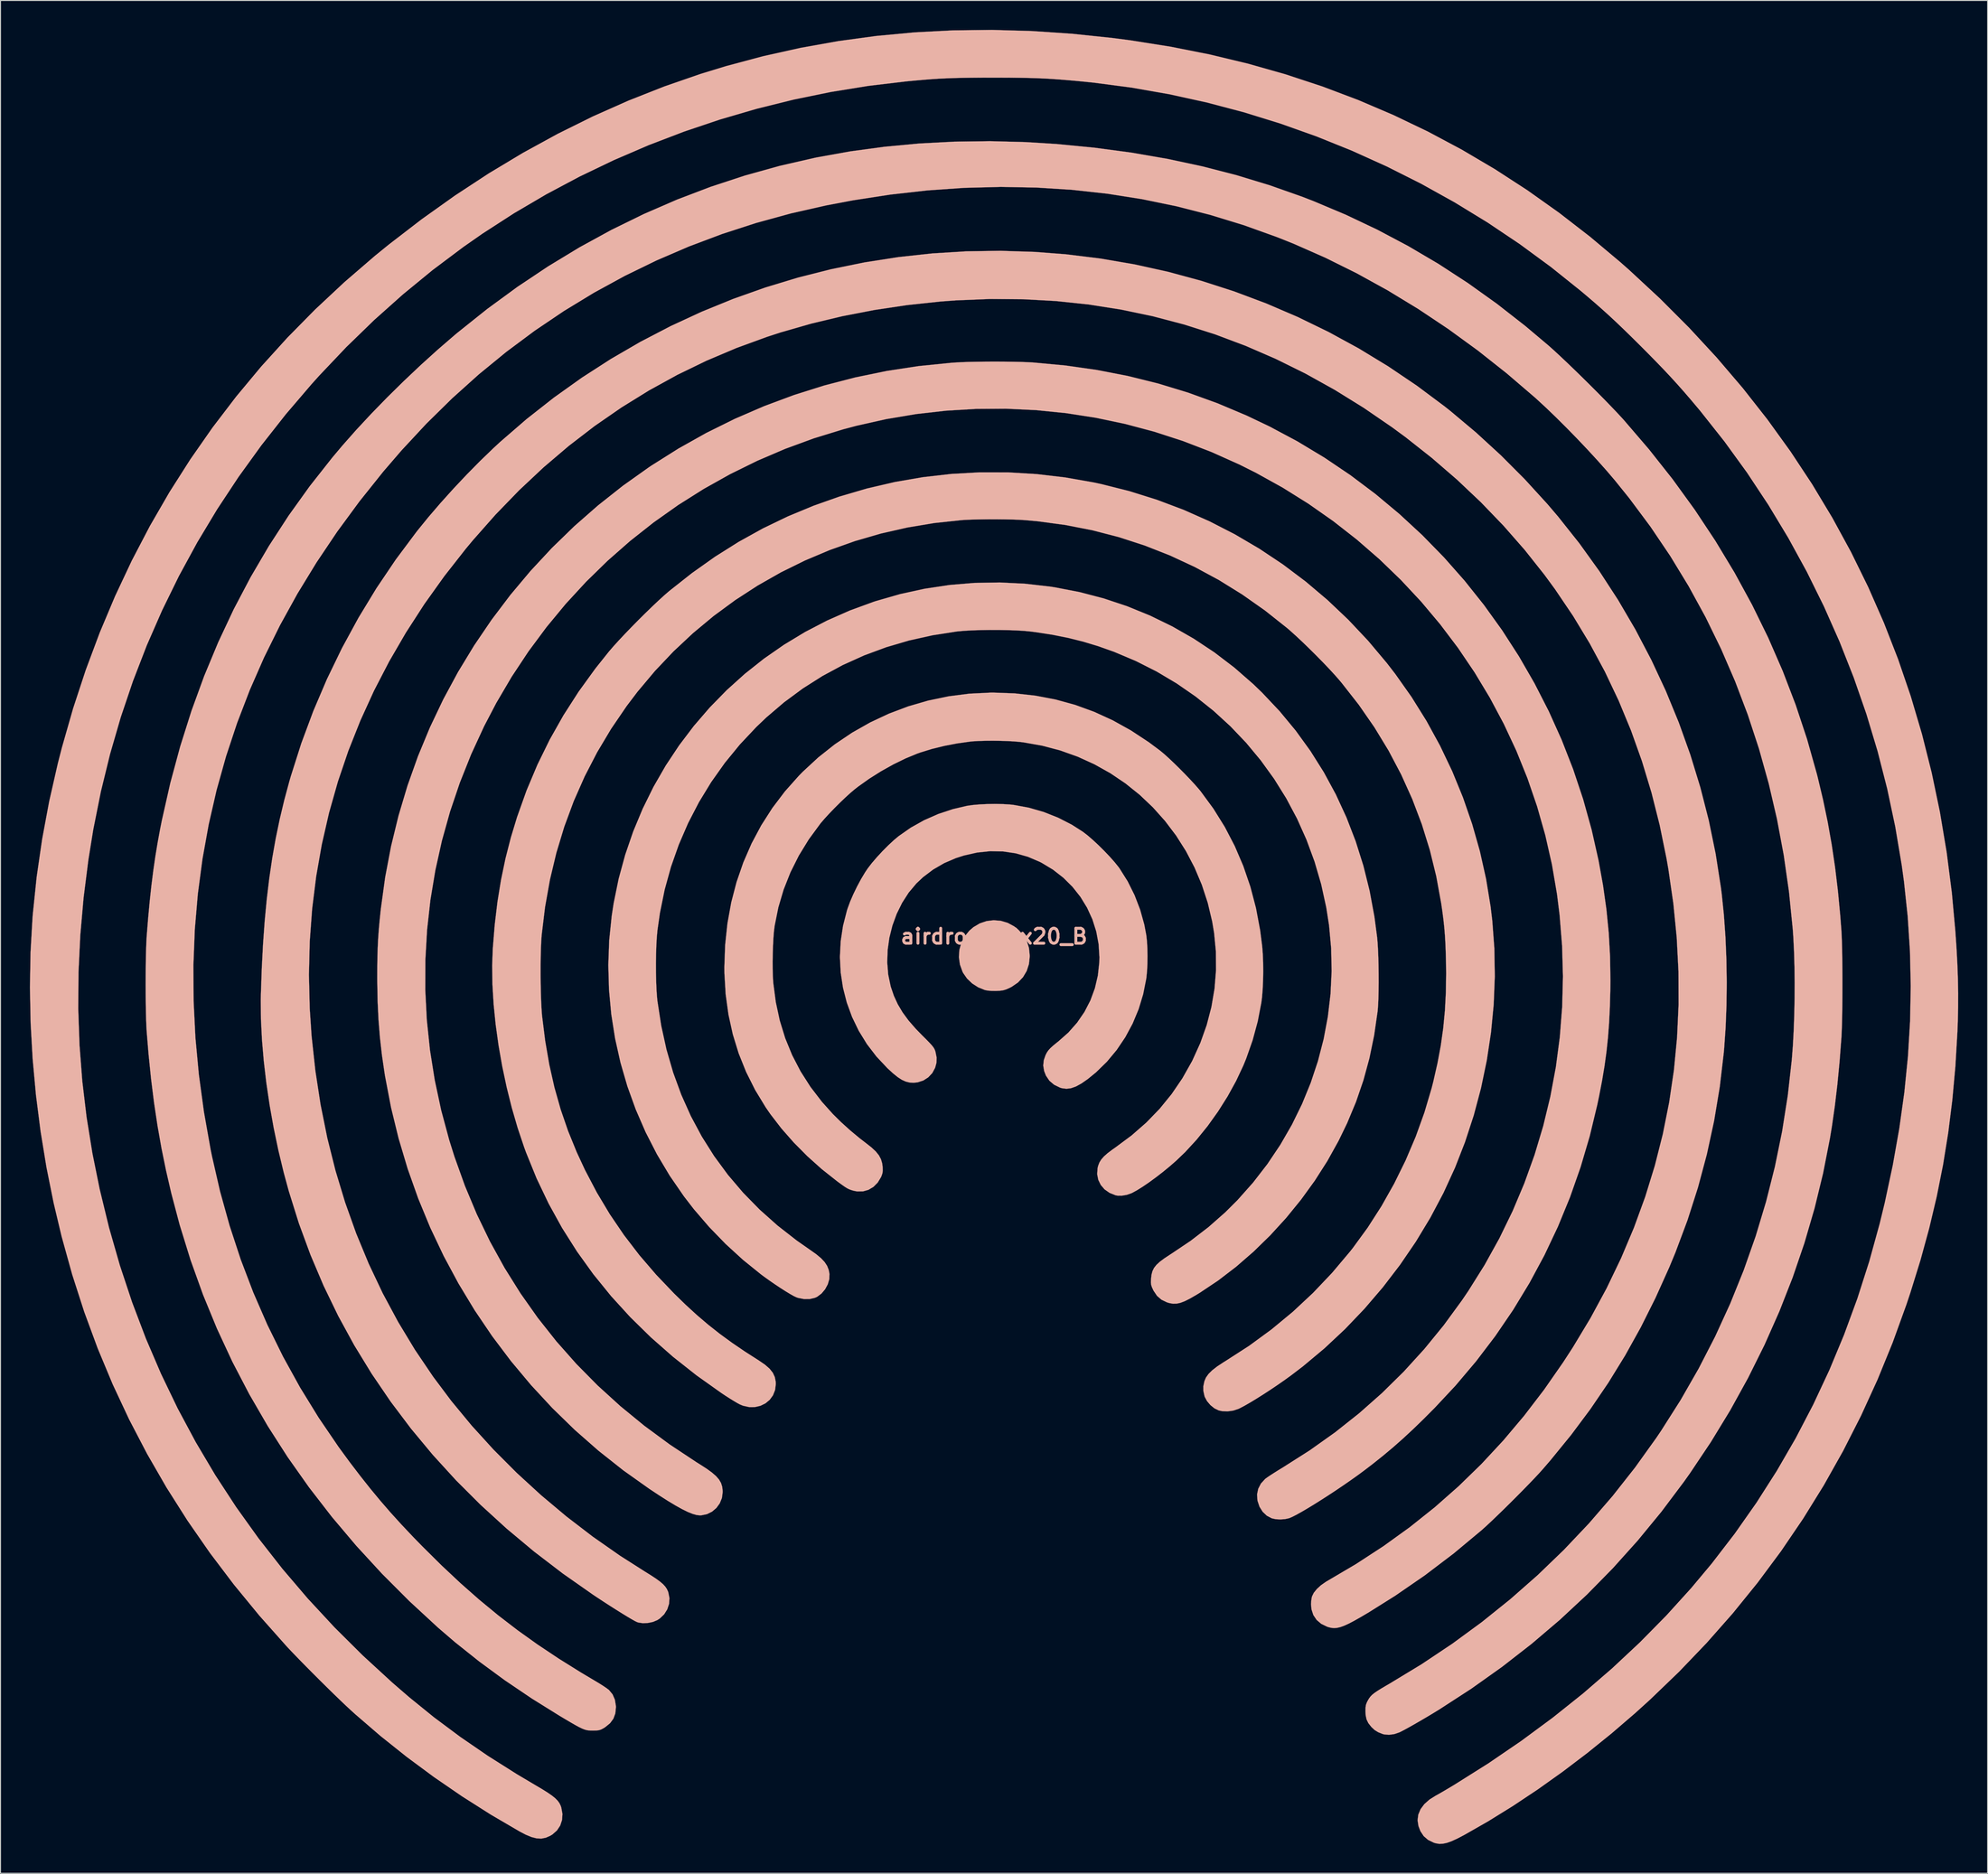
<source format=kicad_pcb>
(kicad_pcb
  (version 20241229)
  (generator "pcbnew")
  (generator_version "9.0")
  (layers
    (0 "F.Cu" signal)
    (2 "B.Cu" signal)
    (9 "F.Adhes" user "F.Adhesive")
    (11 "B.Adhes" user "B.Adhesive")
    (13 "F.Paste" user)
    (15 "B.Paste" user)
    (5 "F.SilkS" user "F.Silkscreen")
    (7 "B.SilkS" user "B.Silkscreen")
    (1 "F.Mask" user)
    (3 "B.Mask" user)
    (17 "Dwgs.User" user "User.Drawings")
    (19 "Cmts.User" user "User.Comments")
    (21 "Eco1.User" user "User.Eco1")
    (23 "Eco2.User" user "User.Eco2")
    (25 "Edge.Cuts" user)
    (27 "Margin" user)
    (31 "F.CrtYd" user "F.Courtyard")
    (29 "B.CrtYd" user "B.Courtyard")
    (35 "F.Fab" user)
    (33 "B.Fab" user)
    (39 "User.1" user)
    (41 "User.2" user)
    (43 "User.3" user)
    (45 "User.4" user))
  (footprint "airdrop_20x20_B"
    (layer "F.Cu")
    (at 98.377 92.545)
    (property "Reference" "airdrop_20x20_B" (at 0 0 0) (layer "B.SilkS") (effects (font (size 1.524 1.524) (thickness 0.3))))
    (attr through_hole)
    (fp_poly (pts (xy 0.691 -1.595) (xy 1.394 -1.386) (xy 2.05 -1.031) (xy 2.496 -0.671) (xy 3.002 -0.104) (xy 3.354 0.504) (xy 3.564 1.178) (xy 3.64 1.943) (xy 3.641 2.034) (xy 3.562 2.813) (xy 3.331 3.525) (xy 2.954 4.158) (xy 2.439 4.702) (xy 1.791 5.147) (xy 1.539 5.275) (xy 1.221 5.412) (xy 0.941 5.495) (xy 0.63 5.54) (xy 0.22 5.561) (xy 0.212 5.561) (xy -0.229 5.558) (xy -0.63 5.527) (xy -0.926 5.473) (xy -0.931 5.472) (xy -1.614 5.196) (xy -2.233 4.796) (xy -2.756 4.297) (xy -3.153 3.724) (xy -3.216 3.602) (xy -3.481 2.862) (xy -3.586 2.109) (xy -3.536 1.365) (xy -3.336 0.652) (xy -2.991 -0.011) (xy -2.507 -0.602) (xy -2.111 -0.943) (xy -1.46 -1.332) (xy -0.76 -1.569) (xy -0.035 -1.656) (xy 0.691 -1.595)) (stroke (width 0.01) (type solid)) (fill yes) (layer "B.SilkS"))
    (fp_poly (pts (xy 0.937 -13.512) (xy 1.64 -13.468) (xy 1.999 -13.429) (xy 3.545 -13.144) (xy 5.068 -12.705) (xy 6.542 -12.121) (xy 7.941 -11.403) (xy 9.059 -10.688) (xy 9.535 -10.323) (xy 10.078 -9.854) (xy 10.659 -9.314) (xy 11.243 -8.735) (xy 11.8 -8.15) (xy 12.296 -7.59) (xy 12.699 -7.089) (xy 12.805 -6.943) (xy 13.632 -5.628) (xy 14.336 -4.215) (xy 14.906 -2.733) (xy 15.33 -1.213) (xy 15.536 -0.121) (xy 15.603 0.49) (xy 15.644 1.215) (xy 15.659 2.002) (xy 15.648 2.797) (xy 15.61 3.547) (xy 15.546 4.2) (xy 15.531 4.307) (xy 15.217 5.89) (xy 14.752 7.421) (xy 14.141 8.889) (xy 13.393 10.281) (xy 12.515 11.585) (xy 11.514 12.788) (xy 10.397 13.878) (xy 9.566 14.555) (xy 8.928 15) (xy 8.365 15.311) (xy 7.856 15.492) (xy 7.384 15.551) (xy 6.928 15.492) (xy 6.729 15.431) (xy 6.126 15.136) (xy 5.648 14.729) (xy 5.296 14.207) (xy 5.11 13.73) (xy 5.02 13.177) (xy 5.079 12.625) (xy 5.253 12.121) (xy 5.38 11.868) (xy 5.535 11.639) (xy 5.744 11.407) (xy 6.033 11.143) (xy 6.428 10.82) (xy 6.568 10.71) (xy 7.589 9.806) (xy 8.476 8.801) (xy 9.226 7.707) (xy 9.832 6.533) (xy 10.29 5.291) (xy 10.594 3.99) (xy 10.74 2.643) (xy 10.752 2.11) (xy 10.67 0.78) (xy 10.428 -0.512) (xy 10.034 -1.754) (xy 9.493 -2.934) (xy 8.815 -4.042) (xy 8.005 -5.066) (xy 7.072 -5.994) (xy 6.021 -6.814) (xy 4.862 -7.515) (xy 4.673 -7.612) (xy 3.455 -8.132) (xy 2.201 -8.488) (xy 0.916 -8.679) (xy -0.395 -8.705) (xy -1.728 -8.566) (xy -3.077 -8.261) (xy -3.895 -7.998) (xy -5.088 -7.486) (xy -6.211 -6.834) (xy -7.237 -6.059) (xy -7.926 -5.41) (xy -8.707 -4.48) (xy -9.378 -3.438) (xy -9.935 -2.308) (xy -10.371 -1.111) (xy -10.681 0.129) (xy -10.859 1.391) (xy -10.901 2.652) (xy -10.8 3.889) (xy -10.55 5.081) (xy -10.529 5.156) (xy -10.219 6.065) (xy -9.824 6.924) (xy -9.33 7.756) (xy -8.721 8.585) (xy -7.981 9.435) (xy -7.358 10.075) (xy -6.933 10.498) (xy -6.613 10.825) (xy -6.38 11.077) (xy -6.218 11.276) (xy -6.108 11.443) (xy -6.034 11.6) (xy -5.979 11.763) (xy -5.859 12.359) (xy -5.878 12.909) (xy -6.013 13.406) (xy -6.3 13.942) (xy -6.711 14.381) (xy -7.217 14.705) (xy -7.794 14.894) (xy -8.214 14.937) (xy -8.621 14.912) (xy -9.009 14.816) (xy -9.404 14.637) (xy -9.827 14.362) (xy -10.303 13.978) (xy -10.855 13.471) (xy -10.889 13.439) (xy -12 12.256) (xy -12.972 10.985) (xy -13.802 9.635) (xy -14.487 8.217) (xy -15.025 6.744) (xy -15.413 5.225) (xy -15.648 3.673) (xy -15.728 2.097) (xy -15.649 0.509) (xy -15.409 -1.08) (xy -15.005 -2.659) (xy -14.941 -2.859) (xy -14.69 -3.543) (xy -14.36 -4.306) (xy -13.977 -5.095) (xy -13.567 -5.858) (xy -13.157 -6.544) (xy -12.891 -6.94) (xy -12.471 -7.486) (xy -11.954 -8.089) (xy -11.379 -8.71) (xy -10.784 -9.308) (xy -10.21 -9.841) (xy -9.746 -10.23) (xy -8.497 -11.104) (xy -7.137 -11.865) (xy -5.692 -12.501) (xy -4.187 -13.001) (xy -2.739 -13.338) (xy -2.144 -13.422) (xy -1.431 -13.482) (xy -0.647 -13.518) (xy 0.159 -13.528) (xy 0.937 -13.512)) (stroke (width 0.01) (type solid)) (fill yes) (layer "B.SilkS"))
    (fp_poly (pts (xy 2.107 -24.814) (xy 4.218 -24.58) (xy 6.27 -24.189) (xy 8.269 -23.639) (xy 10.216 -22.93) (xy 12.117 -22.059) (xy 13.974 -21.025) (xy 15.792 -19.827) (xy 16.948 -18.965) (xy 17.34 -18.639) (xy 17.815 -18.212) (xy 18.346 -17.71) (xy 18.906 -17.16) (xy 19.469 -16.591) (xy 20.008 -16.028) (xy 20.495 -15.499) (xy 20.904 -15.03) (xy 21.079 -14.817) (xy 22.382 -13.042) (xy 23.543 -11.178) (xy 24.558 -9.228) (xy 25.428 -7.195) (xy 26.151 -5.084) (xy 26.725 -2.896) (xy 27.15 -0.635) (xy 27.36 1.016) (xy 27.421 1.798) (xy 27.455 2.674) (xy 27.464 3.597) (xy 27.448 4.524) (xy 27.407 5.409) (xy 27.342 6.206) (xy 27.274 6.75) (xy 26.904 8.672) (xy 26.383 10.594) (xy 25.725 12.47) (xy 25.439 13.168) (xy 24.698 14.747) (xy 23.831 16.322) (xy 22.857 17.865) (xy 21.798 19.347) (xy 20.672 20.739) (xy 19.501 22.013) (xy 18.586 22.891) (xy 17.926 23.467) (xy 17.231 24.037) (xy 16.525 24.584) (xy 15.834 25.09) (xy 15.183 25.535) (xy 14.597 25.902) (xy 14.102 26.173) (xy 14.006 26.218) (xy 13.55 26.376) (xy 13.064 26.459) (xy 12.614 26.461) (xy 12.404 26.423) (xy 11.786 26.176) (xy 11.278 25.819) (xy 10.891 25.369) (xy 10.635 24.845) (xy 10.522 24.266) (xy 10.563 23.651) (xy 10.621 23.415) (xy 10.747 23.084) (xy 10.938 22.772) (xy 11.212 22.459) (xy 11.589 22.124) (xy 12.089 21.747) (xy 12.397 21.531) (xy 14.037 20.312) (xy 15.536 19.001) (xy 16.897 17.595) (xy 18.123 16.089) (xy 19.218 14.481) (xy 20.186 12.765) (xy 20.241 12.658) (xy 21.05 10.873) (xy 21.697 9.053) (xy 22.18 7.203) (xy 22.498 5.33) (xy 22.65 3.44) (xy 22.636 1.541) (xy 22.454 -0.361) (xy 22.26 -1.524) (xy 21.805 -3.435) (xy 21.202 -5.274) (xy 20.459 -7.035) (xy 19.581 -8.713) (xy 18.575 -10.301) (xy 17.448 -11.791) (xy 16.208 -13.179) (xy 14.86 -14.458) (xy 13.412 -15.62) (xy 11.871 -16.661) (xy 10.242 -17.573) (xy 8.534 -18.351) (xy 6.752 -18.987) (xy 4.904 -19.476) (xy 2.996 -19.812) (xy 2.649 -19.855) (xy 2.08 -19.906) (xy 1.399 -19.944) (xy 0.648 -19.968) (xy -0.129 -19.977) (xy -0.888 -19.972) (xy -1.587 -19.952) (xy -2.181 -19.917) (xy -2.413 -19.894) (xy -3.745 -19.708) (xy -5.072 -19.454) (xy -6.344 -19.141) (xy -7.513 -18.781) (xy -7.832 -18.668) (xy -9.028 -18.174) (xy -10.274 -17.565) (xy -11.526 -16.866) (xy -12.737 -16.102) (xy -13.865 -15.299) (xy -14.224 -15.019) (xy -14.662 -14.648) (xy -15.174 -14.182) (xy -15.727 -13.652) (xy -16.288 -13.092) (xy -16.824 -12.536) (xy -17.3 -12.017) (xy -17.684 -11.569) (xy -17.727 -11.515) (xy -18.901 -9.914) (xy -19.918 -8.256) (xy -20.775 -6.544) (xy -21.473 -4.78) (xy -22.009 -2.967) (xy -22.383 -1.107) (xy -22.403 -0.974) (xy -22.465 -0.449) (xy -22.515 0.205) (xy -22.553 0.95) (xy -22.578 1.745) (xy -22.59 2.551) (xy -22.587 3.329) (xy -22.569 4.04) (xy -22.535 4.643) (xy -22.526 4.745) (xy -22.27 6.705) (xy -21.865 8.585) (xy -21.31 10.388) (xy -20.602 12.117) (xy -19.742 13.775) (xy -18.727 15.365) (xy -17.557 16.889) (xy -16.441 18.134) (xy -15.605 18.96) (xy -14.676 19.799) (xy -13.718 20.596) (xy -13.084 21.084) (xy -12.507 21.538) (xy -12.069 21.948) (xy -11.752 22.34) (xy -11.539 22.738) (xy -11.413 23.165) (xy -11.364 23.549) (xy -11.353 23.903) (xy -11.388 24.177) (xy -11.484 24.455) (xy -11.535 24.572) (xy -11.871 25.126) (xy -12.303 25.56) (xy -12.81 25.863) (xy -13.372 26.024) (xy -13.965 26.032) (xy -14.35 25.954) (xy -14.584 25.883) (xy -14.781 25.808) (xy -14.975 25.713) (xy -15.195 25.578) (xy -15.473 25.385) (xy -15.841 25.117) (xy -16.044 24.966) (xy -17.581 23.748) (xy -19.049 22.432) (xy -20.427 21.043) (xy -21.692 19.603) (xy -22.821 18.137) (xy -23.302 17.439) (xy -24.377 15.668) (xy -25.294 13.836) (xy -26.054 11.943) (xy -26.655 9.989) (xy -27.098 7.976) (xy -27.383 5.905) (xy -27.509 3.776) (xy -27.516 3.133) (xy -27.436 0.871) (xy -27.202 -1.332) (xy -26.814 -3.473) (xy -26.273 -5.548) (xy -25.581 -7.554) (xy -24.741 -9.486) (xy -23.752 -11.341) (xy -22.617 -13.114) (xy -21.337 -14.804) (xy -19.914 -16.405) (xy -19.518 -16.809) (xy -17.93 -18.279) (xy -16.249 -19.611) (xy -14.484 -20.801) (xy -12.64 -21.846) (xy -10.727 -22.743) (xy -8.752 -23.488) (xy -6.722 -24.078) (xy -4.646 -24.511) (xy -2.53 -24.783) (xy -0.382 -24.89) (xy -0.066 -24.892) (xy 2.107 -24.814)) (stroke (width 0.01) (type solid)) (fill yes) (layer "B.SilkS"))
    (fp_poly (pts (xy 3.132 -36.01) (xy 5.706 -35.716) (xy 6.203 -35.64) (xy 8.72 -35.154) (xy 11.183 -34.509) (xy 13.586 -33.707) (xy 15.924 -32.752) (xy 18.191 -31.646) (xy 20.381 -30.392) (xy 22.488 -28.993) (xy 24.508 -27.452) (xy 26.433 -25.772) (xy 27.347 -24.892) (xy 29.129 -23.003) (xy 30.775 -21.015) (xy 32.282 -18.932) (xy 33.649 -16.758) (xy 34.874 -14.497) (xy 35.956 -12.151) (xy 36.892 -9.726) (xy 37.682 -7.224) (xy 38.322 -4.649) (xy 38.812 -2.005) (xy 39.087 0.085) (xy 39.137 0.66) (xy 39.178 1.357) (xy 39.209 2.143) (xy 39.231 2.988) (xy 39.243 3.86) (xy 39.245 4.729) (xy 39.236 5.562) (xy 39.217 6.329) (xy 39.188 6.998) (xy 39.148 7.538) (xy 39.134 7.662) (xy 38.782 10.093) (xy 38.301 12.427) (xy 37.686 14.685) (xy 36.931 16.887) (xy 36.028 19.055) (xy 35.151 20.865) (xy 34.006 22.925) (xy 32.723 24.933) (xy 31.316 26.876) (xy 29.797 28.741) (xy 28.179 30.511) (xy 26.476 32.175) (xy 24.7 33.717) (xy 22.865 35.123) (xy 20.983 36.38) (xy 20.627 36.597) (xy 19.996 36.962) (xy 19.47 37.227) (xy 19.024 37.399) (xy 18.629 37.485) (xy 18.259 37.493) (xy 17.889 37.427) (xy 17.645 37.353) (xy 17.08 37.08) (xy 16.628 36.688) (xy 16.276 36.162) (xy 16.248 36.106) (xy 16.105 35.798) (xy 16.03 35.558) (xy 16.006 35.308) (xy 16.018 34.972) (xy 16.02 34.947) (xy 16.068 34.526) (xy 16.165 34.162) (xy 16.327 33.835) (xy 16.572 33.523) (xy 16.917 33.205) (xy 17.378 32.861) (xy 17.972 32.469) (xy 18.076 32.403) (xy 20.054 31.075) (xy 21.889 29.664) (xy 23.594 28.161) (xy 24.841 26.917) (xy 26.438 25.118) (xy 27.898 23.229) (xy 29.217 21.259) (xy 30.395 19.215) (xy 31.427 17.107) (xy 32.313 14.942) (xy 33.049 12.728) (xy 33.633 10.473) (xy 34.062 8.185) (xy 34.334 5.872) (xy 34.447 3.544) (xy 34.397 1.206) (xy 34.184 -1.132) (xy 33.899 -2.963) (xy 33.379 -5.333) (xy 32.705 -7.638) (xy 31.883 -9.871) (xy 30.918 -12.028) (xy 29.815 -14.101) (xy 28.578 -16.087) (xy 27.212 -17.979) (xy 25.724 -19.771) (xy 24.116 -21.458) (xy 22.395 -23.034) (xy 20.565 -24.493) (xy 18.632 -25.83) (xy 16.6 -27.039) (xy 14.474 -28.114) (xy 12.26 -29.05) (xy 10.628 -29.63) (xy 9.1 -30.092) (xy 7.559 -30.478) (xy 5.959 -30.798) (xy 4.255 -31.06) (xy 3.724 -31.128) (xy 3.079 -31.191) (xy 2.302 -31.238) (xy 1.43 -31.269) (xy 0.5 -31.286) (xy -0.451 -31.287) (xy -1.386 -31.273) (xy -2.269 -31.243) (xy -3.062 -31.198) (xy -3.729 -31.138) (xy -3.81 -31.129) (xy -6.282 -30.744) (xy -8.683 -30.209) (xy -11.01 -29.523) (xy -13.259 -28.69) (xy -15.428 -27.71) (xy -17.514 -26.585) (xy -19.513 -25.316) (xy -21.423 -23.905) (xy -23.24 -22.353) (xy -24.261 -21.378) (xy -25.935 -19.597) (xy -27.47 -17.72) (xy -28.863 -15.754) (xy -30.112 -13.705) (xy -31.214 -11.577) (xy -32.165 -9.378) (xy -32.964 -7.112) (xy -33.607 -4.785) (xy -34.092 -2.403) (xy -34.344 -0.635) (xy -34.409 0.062) (xy -34.456 0.883) (xy -34.486 1.79) (xy -34.5 2.742) (xy -34.496 3.703) (xy -34.475 4.633) (xy -34.438 5.493) (xy -34.383 6.245) (xy -34.345 6.604) (xy -33.959 9.115) (xy -33.424 11.545) (xy -32.743 13.893) (xy -31.915 16.156) (xy -30.941 18.333) (xy -29.823 20.423) (xy -28.561 22.424) (xy -27.156 24.335) (xy -25.61 26.154) (xy -23.923 27.879) (xy -22.095 29.51) (xy -20.129 31.045) (xy -18.779 31.989) (xy -18.143 32.439) (xy -17.651 32.85) (xy -17.285 33.241) (xy -17.03 33.633) (xy -16.869 34.045) (xy -16.793 34.441) (xy -16.809 34.973) (xy -16.966 35.511) (xy -17.24 36.018) (xy -17.608 36.454) (xy -18.046 36.782) (xy -18.27 36.887) (xy -18.796 37.011) (xy -19.382 37.016) (xy -19.97 36.904) (xy -20.163 36.839) (xy -20.431 36.712) (xy -20.809 36.5) (xy -21.272 36.219) (xy -21.794 35.885) (xy -22.35 35.515) (xy -22.915 35.125) (xy -23.463 34.732) (xy -23.792 34.487) (xy -25.621 33.008) (xy -27.387 31.391) (xy -29.063 29.662) (xy -30.624 27.847) (xy -31.643 26.527) (xy -33.091 24.423) (xy -34.393 22.239) (xy -35.549 19.983) (xy -36.556 17.666) (xy -37.412 15.294) (xy -38.115 12.876) (xy -38.664 10.422) (xy -39.055 7.939) (xy -39.287 5.437) (xy -39.359 2.923) (xy -39.267 0.406) (xy -39.009 -2.105) (xy -38.814 -3.377) (xy -38.302 -5.885) (xy -37.634 -8.335) (xy -36.815 -10.721) (xy -35.85 -13.036) (xy -34.745 -15.277) (xy -33.503 -17.435) (xy -32.13 -19.507) (xy -30.631 -21.486) (xy -29.012 -23.365) (xy -27.277 -25.141) (xy -25.43 -26.806) (xy -23.478 -28.355) (xy -21.425 -29.782) (xy -19.277 -31.081) (xy -17.037 -32.247) (xy -14.712 -33.273) (xy -12.306 -34.155) (xy -12.065 -34.234) (xy -9.578 -34.949) (xy -7.068 -35.498) (xy -4.539 -35.878) (xy -1.994 -36.09) (xy 0.565 -36.134) (xy 3.132 -36.01)) (stroke (width 0.01) (type solid)) (fill yes) (layer "B.SilkS"))
    (fp_poly (pts (xy 1.44 -47.373) (xy 4.345 -47.2) (xy 7.245 -46.86) (xy 10.134 -46.352) (xy 10.928 -46.182) (xy 13.794 -45.461) (xy 16.597 -44.583) (xy 19.33 -43.554) (xy 21.991 -42.374) (xy 24.573 -41.048) (xy 27.072 -39.579) (xy 29.485 -37.969) (xy 31.805 -36.222) (xy 34.028 -34.34) (xy 36.15 -32.327) (xy 38.165 -30.186) (xy 40.07 -27.919) (xy 40.937 -26.797) (xy 42.597 -24.446) (xy 44.122 -22.001) (xy 45.507 -19.47) (xy 46.749 -16.863) (xy 47.843 -14.191) (xy 48.785 -11.464) (xy 49.573 -8.691) (xy 50.2 -5.883) (xy 50.665 -3.048) (xy 50.837 -1.609) (xy 51.048 1.222) (xy 51.095 4.077) (xy 50.981 6.943) (xy 50.706 9.807) (xy 50.274 12.659) (xy 49.686 15.484) (xy 48.943 18.271) (xy 48.048 21.007) (xy 47.036 23.601) (xy 45.856 26.18) (xy 44.521 28.7) (xy 43.04 31.153) (xy 41.42 33.528) (xy 39.669 35.815) (xy 37.795 38.004) (xy 35.807 40.085) (xy 33.712 42.047) (xy 31.519 43.881) (xy 30.311 44.804) (xy 29.636 45.292) (xy 28.917 45.792) (xy 28.18 46.288) (xy 27.447 46.765) (xy 26.745 47.207) (xy 26.096 47.599) (xy 25.527 47.925) (xy 25.06 48.169) (xy 24.943 48.225) (xy 24.407 48.402) (xy 23.822 48.481) (xy 23.254 48.457) (xy 22.917 48.382) (xy 22.485 48.17) (xy 22.075 47.839) (xy 21.732 47.434) (xy 21.501 47.003) (xy 21.471 46.911) (xy 21.358 46.391) (xy 21.355 45.918) (xy 21.462 45.412) (xy 21.466 45.397) (xy 21.624 45.028) (xy 21.882 44.664) (xy 22.256 44.293) (xy 22.758 43.901) (xy 23.404 43.474) (xy 23.607 43.349) (xy 26.01 41.8) (xy 28.3 40.124) (xy 30.477 38.323) (xy 32.541 36.396) (xy 34.489 34.345) (xy 36.321 32.171) (xy 36.619 31.792) (xy 38.128 29.722) (xy 39.533 27.531) (xy 40.824 25.24) (xy 41.991 22.87) (xy 43.025 20.44) (xy 43.914 17.971) (xy 44.651 15.484) (xy 44.825 14.8) (xy 45.247 12.943) (xy 45.582 11.147) (xy 45.832 9.372) (xy 46.004 7.579) (xy 46.102 5.727) (xy 46.129 3.777) (xy 46.119 2.854) (xy 46.095 1.766) (xy 46.059 0.806) (xy 46.009 -0.07) (xy 45.941 -0.904) (xy 45.852 -1.737) (xy 45.738 -2.612) (xy 45.625 -3.387) (xy 45.124 -6.137) (xy 44.464 -8.829) (xy 43.646 -11.46) (xy 42.671 -14.03) (xy 41.54 -16.535) (xy 40.254 -18.975) (xy 38.812 -21.347) (xy 37.217 -23.65) (xy 35.469 -25.882) (xy 35.235 -26.162) (xy 34.762 -26.702) (xy 34.189 -27.324) (xy 33.543 -28.001) (xy 32.852 -28.705) (xy 32.143 -29.408) (xy 31.445 -30.082) (xy 30.786 -30.7) (xy 30.192 -31.234) (xy 29.904 -31.482) (xy 27.65 -33.271) (xy 25.325 -34.907) (xy 22.932 -36.391) (xy 20.472 -37.719) (xy 17.95 -38.892) (xy 15.367 -39.907) (xy 12.727 -40.765) (xy 10.032 -41.463) (xy 7.285 -42.001) (xy 4.489 -42.378) (xy 3.137 -42.5) (xy 2.544 -42.535) (xy 1.821 -42.561) (xy 1.009 -42.577) (xy 0.146 -42.584) (xy -0.727 -42.582) (xy -1.57 -42.57) (xy -2.345 -42.55) (xy -3.011 -42.52) (xy -3.306 -42.5) (xy -6.092 -42.204) (xy -8.839 -41.746) (xy -11.539 -41.132) (xy -14.186 -40.363) (xy -16.774 -39.444) (xy -19.297 -38.378) (xy -21.749 -37.169) (xy -24.123 -35.819) (xy -26.412 -34.333) (xy -28.612 -32.715) (xy -30.715 -30.966) (xy -32.715 -29.092) (xy -34.605 -27.096) (xy -36.38 -24.98) (xy -37.497 -23.505) (xy -39.074 -21.19) (xy -40.498 -18.802) (xy -41.769 -16.343) (xy -42.886 -13.814) (xy -43.849 -11.213) (xy -44.658 -8.543) (xy -45.313 -5.803) (xy -45.814 -2.995) (xy -46.16 -0.127) (xy -46.201 0.461) (xy -46.233 1.184) (xy -46.254 2.012) (xy -46.265 2.91) (xy -46.266 3.847) (xy -46.258 4.789) (xy -46.24 5.704) (xy -46.213 6.558) (xy -46.176 7.321) (xy -46.131 7.958) (xy -46.115 8.128) (xy -45.798 10.667) (xy -45.381 13.087) (xy -44.858 15.41) (xy -44.221 17.659) (xy -43.466 19.853) (xy -42.586 22.016) (xy -41.742 23.834) (xy -40.529 26.145) (xy -39.208 28.354) (xy -37.767 30.476) (xy -36.194 32.529) (xy -34.477 34.529) (xy -32.643 36.453) (xy -31.462 37.603) (xy -30.315 38.654) (xy -29.168 39.632) (xy -27.991 40.562) (xy -26.749 41.47) (xy -25.411 42.381) (xy -23.984 43.296) (xy -23.366 43.72) (xy -22.9 44.129) (xy -22.572 44.543) (xy -22.369 44.982) (xy -22.276 45.463) (xy -22.267 45.694) (xy -22.343 46.304) (xy -22.557 46.842) (xy -22.888 47.297) (xy -23.317 47.656) (xy -23.824 47.908) (xy -24.388 48.041) (xy -24.989 48.045) (xy -25.608 47.906) (xy -25.911 47.784) (xy -26.161 47.651) (xy -26.517 47.443) (xy -26.942 47.18) (xy -27.404 46.885) (xy -27.816 46.611) (xy -30.359 44.803) (xy -32.756 42.909) (xy -35.007 40.929) (xy -37.113 38.864) (xy -39.073 36.714) (xy -40.886 34.479) (xy -42.553 32.159) (xy -44.074 29.756) (xy -45.447 27.268) (xy -46.674 24.697) (xy -47.753 22.042) (xy -47.949 21.505) (xy -48.61 19.534) (xy -49.205 17.486) (xy -49.73 15.383) (xy -50.182 13.251) (xy -50.557 11.113) (xy -50.851 8.993) (xy -51.06 6.915) (xy -51.181 4.904) (xy -51.209 2.982) (xy -51.147 1.27) (xy -50.947 -1.193) (xy -50.668 -3.533) (xy -50.303 -5.779) (xy -49.848 -7.96) (xy -49.298 -10.107) (xy -48.668 -12.184) (xy -47.697 -14.905) (xy -46.588 -17.537) (xy -45.337 -20.089) (xy -43.939 -22.567) (xy -42.389 -24.982) (xy -40.683 -27.34) (xy -39.293 -29.083) (xy -38.849 -29.598) (xy -38.305 -30.199) (xy -37.684 -30.861) (xy -37.01 -31.562) (xy -36.306 -32.278) (xy -35.595 -32.984) (xy -34.901 -33.658) (xy -34.248 -34.276) (xy -33.658 -34.814) (xy -33.156 -35.249) (xy -33.147 -35.257) (xy -30.824 -37.092) (xy -28.462 -38.767) (xy -26.048 -40.287) (xy -23.574 -41.658) (xy -21.028 -42.885) (xy -18.4 -43.975) (xy -15.79 -44.898) (xy -12.97 -45.727) (xy -10.123 -46.389) (xy -7.252 -46.885) (xy -4.364 -47.215) (xy -1.465 -47.377) (xy 1.44 -47.373)) (stroke (width 0.01) (type solid)) (fill yes) (layer "B.SilkS"))
    (fp_poly (pts (xy 0.994 -58.676) (xy 1.888 -58.666) (xy 2.712 -58.648) (xy 3.432 -58.623) (xy 3.979 -58.593) (xy 7.269 -58.288) (xy 10.489 -57.829) (xy 13.646 -57.216) (xy 16.745 -56.445) (xy 19.792 -55.517) (xy 22.794 -54.429) (xy 25.755 -53.18) (xy 28.109 -52.058) (xy 30.957 -50.536) (xy 33.71 -48.878) (xy 36.363 -47.087) (xy 38.912 -45.169) (xy 41.355 -43.128) (xy 43.688 -40.97) (xy 45.906 -38.699) (xy 48.006 -36.321) (xy 49.984 -33.839) (xy 51.837 -31.26) (xy 53.56 -28.588) (xy 55.15 -25.827) (xy 56.604 -22.984) (xy 57.917 -20.062) (xy 59.087 -17.067) (xy 60.108 -14.004) (xy 60.977 -10.878) (xy 61.681 -7.747) (xy 62.137 -5.218) (xy 62.482 -2.768) (xy 62.72 -0.353) (xy 62.855 2.072) (xy 62.892 4.552) (xy 62.881 5.503) (xy 62.833 7.221) (xy 62.755 8.812) (xy 62.641 10.318) (xy 62.487 11.78) (xy 62.287 13.239) (xy 62.037 14.736) (xy 61.733 16.311) (xy 61.549 17.187) (xy 60.774 20.405) (xy 59.845 23.551) (xy 58.766 26.623) (xy 57.536 29.62) (xy 56.157 32.537) (xy 54.631 35.373) (xy 52.96 38.126) (xy 51.143 40.792) (xy 49.183 43.369) (xy 47.082 45.855) (xy 44.961 48.123) (xy 43.818 49.271) (xy 42.747 50.309) (xy 41.719 51.262) (xy 40.707 52.156) (xy 39.68 53.016) (xy 38.612 53.868) (xy 37.79 54.497) (xy 37.143 54.976) (xy 36.437 55.479) (xy 35.691 55.996) (xy 34.923 56.516) (xy 34.15 57.026) (xy 33.39 57.515) (xy 32.661 57.973) (xy 31.981 58.387) (xy 31.367 58.747) (xy 30.837 59.042) (xy 30.409 59.259) (xy 30.106 59.387) (xy 29.689 59.479) (xy 29.206 59.512) (xy 28.73 59.486) (xy 28.342 59.4) (xy 27.832 59.131) (xy 27.407 58.728) (xy 27.086 58.214) (xy 26.884 57.609) (xy 26.877 57.577) (xy 26.836 56.962) (xy 26.957 56.381) (xy 27.233 55.848) (xy 27.66 55.382) (xy 27.708 55.343) (xy 27.894 55.206) (xy 28.196 55.003) (xy 28.584 54.753) (xy 29.028 54.474) (xy 29.499 54.187) (xy 29.506 54.182) (xy 32.217 52.457) (xy 34.801 50.62) (xy 37.26 48.669) (xy 39.595 46.603) (xy 41.809 44.42) (xy 43.903 42.119) (xy 45.879 39.698) (xy 47.739 37.154) (xy 48.389 36.195) (xy 50.051 33.543) (xy 51.559 30.822) (xy 52.913 28.036) (xy 54.111 25.192) (xy 55.153 22.294) (xy 56.037 19.347) (xy 56.761 16.357) (xy 57.326 13.329) (xy 57.729 10.268) (xy 57.97 7.179) (xy 58.047 4.068) (xy 57.96 0.939) (xy 57.706 -2.202) (xy 57.442 -4.318) (xy 56.924 -7.355) (xy 56.246 -10.342) (xy 55.412 -13.275) (xy 54.426 -16.149) (xy 53.292 -18.959) (xy 52.012 -21.699) (xy 50.592 -24.365) (xy 49.034 -26.952) (xy 47.343 -29.453) (xy 45.522 -31.865) (xy 43.576 -34.183) (xy 41.506 -36.4) (xy 39.319 -38.513) (xy 37.016 -40.515) (xy 34.603 -42.403) (xy 32.082 -44.17) (xy 29.458 -45.812) (xy 26.734 -47.324) (xy 25.036 -48.175) (xy 22.192 -49.45) (xy 19.299 -50.566) (xy 16.361 -51.521) (xy 13.386 -52.316) (xy 10.379 -52.949) (xy 7.347 -53.42) (xy 4.297 -53.728) (xy 1.235 -53.873) (xy -1.833 -53.855) (xy -4.9 -53.672) (xy -7.961 -53.324) (xy -11.008 -52.811) (xy -14.035 -52.132) (xy -15.388 -51.773) (xy -18.384 -50.851) (xy -21.311 -49.777) (xy -24.163 -48.555) (xy -26.935 -47.19) (xy -29.623 -45.685) (xy -32.222 -44.045) (xy -34.726 -42.273) (xy -37.132 -40.373) (xy -39.433 -38.35) (xy -41.626 -36.207) (xy -43.705 -33.949) (xy -45.665 -31.579) (xy -47.502 -29.102) (xy -49.211 -26.522) (xy -50.786 -23.842) (xy -52.03 -21.463) (xy -53.351 -18.599) (xy -54.51 -15.692) (xy -55.506 -12.747) (xy -56.338 -9.769) (xy -57.006 -6.762) (xy -57.51 -3.732) (xy -57.85 -0.683) (xy -58.024 2.38) (xy -58.034 5.452) (xy -57.878 8.528) (xy -57.556 11.604) (xy -57.068 14.674) (xy -56.414 17.735) (xy -55.593 20.781) (xy -55.062 22.472) (xy -53.991 25.458) (xy -52.781 28.348) (xy -51.432 31.141) (xy -49.945 33.837) (xy -48.319 36.435) (xy -46.555 38.936) (xy -44.654 41.338) (xy -42.615 43.642) (xy -40.439 45.846) (xy -38.126 47.951) (xy -35.677 49.957) (xy -33.092 51.862) (xy -30.37 53.667) (xy -30.013 53.89) (xy -29.327 54.332) (xy -28.783 54.727) (xy -28.366 55.09) (xy -28.063 55.439) (xy -27.858 55.792) (xy -27.739 56.167) (xy -27.691 56.579) (xy -27.688 56.727) (xy -27.766 57.323) (xy -27.987 57.868) (xy -28.329 58.339) (xy -28.771 58.715) (xy -29.291 58.973) (xy -29.867 59.092) (xy -30.021 59.097) (xy -30.354 59.06) (xy -30.76 58.945) (xy -31.247 58.749) (xy -31.822 58.466) (xy -32.494 58.093) (xy -33.271 57.625) (xy -34.162 57.058) (xy -35.176 56.387) (xy -35.179 56.385) (xy -37.824 54.505) (xy -40.356 52.501) (xy -42.772 50.379) (xy -45.068 48.143) (xy -47.241 45.798) (xy -49.288 43.35) (xy -51.207 40.803) (xy -52.993 38.161) (xy -54.643 35.431) (xy -56.155 32.617) (xy -57.525 29.724) (xy -58.75 26.758) (xy -59.828 23.722) (xy -60.753 20.622) (xy -61.525 17.463) (xy -62.139 14.25) (xy -62.184 13.97) (xy -62.455 12.115) (xy -62.661 10.301) (xy -62.807 8.48) (xy -62.897 6.605) (xy -62.933 4.627) (xy -62.934 4.149) (xy -62.93 3.029) (xy -62.915 2.035) (xy -62.886 1.126) (xy -62.843 0.257) (xy -62.782 -0.613) (xy -62.701 -1.527) (xy -62.598 -2.528) (xy -62.564 -2.836) (xy -62.124 -6.048) (xy -61.522 -9.215) (xy -60.761 -12.332) (xy -59.846 -15.394) (xy -58.778 -18.396) (xy -57.561 -21.333) (xy -56.198 -24.2) (xy -54.692 -26.991) (xy -53.046 -29.703) (xy -51.263 -32.329) (xy -49.346 -34.865) (xy -47.299 -37.305) (xy -45.124 -39.645) (xy -42.825 -41.88) (xy -40.404 -44.003) (xy -37.865 -46.012) (xy -35.211 -47.899) (xy -34.967 -48.063) (xy -32.198 -49.808) (xy -29.352 -51.404) (xy -26.435 -52.847) (xy -23.451 -54.137) (xy -20.407 -55.271) (xy -17.305 -56.249) (xy -14.153 -57.067) (xy -10.954 -57.726) (xy -7.713 -58.222) (xy -4.436 -58.554) (xy -3.937 -58.59) (xy -3.336 -58.623) (xy -2.601 -58.648) (xy -1.767 -58.665) (xy -0.867 -58.676) (xy 0.065 -58.68) (xy 0.994 -58.676)) (stroke (width 0.01) (type solid)) (fill yes) (layer "B.SilkS"))
    (fp_poly (pts (xy 4.212 -69.878) (xy 7.366 -69.633) (xy 10.862 -69.202) (xy 14.327 -68.607) (xy 17.756 -67.849) (xy 21.142 -66.93) (xy 24.479 -65.854) (xy 27.761 -64.623) (xy 30.983 -63.239) (xy 34.137 -61.704) (xy 37.22 -60.022) (xy 40.223 -58.193) (xy 43.142 -56.222) (xy 45.97 -54.111) (xy 46.567 -53.637) (xy 49.18 -51.443) (xy 51.717 -49.113) (xy 54.153 -46.669) (xy 56.465 -44.137) (xy 57.548 -42.866) (xy 59.724 -40.124) (xy 61.767 -37.282) (xy 63.672 -34.349) (xy 65.439 -31.331) (xy 67.062 -28.235) (xy 68.539 -25.069) (xy 69.867 -21.84) (xy 71.043 -18.555) (xy 72.064 -15.221) (xy 72.927 -11.845) (xy 73.628 -8.434) (xy 74.164 -4.997) (xy 74.25 -4.318) (xy 74.469 -2.197) (xy 74.628 0.039) (xy 74.725 2.349) (xy 74.761 4.69) (xy 74.735 7.02) (xy 74.646 9.296) (xy 74.493 11.476) (xy 74.459 11.853) (xy 74.048 15.355) (xy 73.472 18.816) (xy 72.731 22.237) (xy 71.826 25.618) (xy 70.757 28.959) (xy 69.523 32.26) (xy 68.892 33.782) (xy 67.487 36.903) (xy 65.992 39.893) (xy 64.394 42.769) (xy 62.684 45.548) (xy 60.849 48.248) (xy 58.88 50.887) (xy 56.764 53.483) (xy 55.975 54.398) (xy 55.594 54.821) (xy 55.111 55.338) (xy 54.546 55.926) (xy 53.923 56.564) (xy 53.263 57.231) (xy 52.587 57.905) (xy 51.918 58.565) (xy 51.276 59.188) (xy 50.684 59.753) (xy 50.163 60.238) (xy 49.742 60.615) (xy 46.896 62.987) (xy 43.96 65.216) (xy 40.935 67.3) (xy 38.234 68.996) (xy 37.447 69.461) (xy 36.783 69.838) (xy 36.225 70.133) (xy 35.753 70.35) (xy 35.352 70.497) (xy 35.003 70.58) (xy 34.689 70.603) (xy 34.393 70.575) (xy 34.096 70.5) (xy 33.979 70.46) (xy 33.383 70.169) (xy 32.915 69.77) (xy 32.581 69.274) (xy 32.39 68.691) (xy 32.343 68.177) (xy 32.362 67.836) (xy 32.412 67.502) (xy 32.444 67.372) (xy 32.625 67.003) (xy 32.939 66.613) (xy 33.359 66.229) (xy 33.856 65.881) (xy 34.005 65.793) (xy 36.943 64.06) (xy 39.746 62.232) (xy 42.421 60.302) (xy 44.974 58.266) (xy 47.41 56.116) (xy 49.738 53.848) (xy 51.961 51.454) (xy 54.088 48.93) (xy 56.124 46.269) (xy 58.075 43.465) (xy 59.054 41.956) (xy 60.862 38.952) (xy 62.506 35.912) (xy 63.983 32.837) (xy 65.295 29.727) (xy 66.442 26.581) (xy 67.423 23.399) (xy 68.238 20.182) (xy 68.888 16.929) (xy 69.373 13.639) (xy 69.692 10.314) (xy 69.846 6.952) (xy 69.834 3.554) (xy 69.657 0.119) (xy 69.315 -3.352) (xy 68.807 -6.859) (xy 68.616 -7.959) (xy 67.92 -11.365) (xy 67.085 -14.676) (xy 66.11 -17.895) (xy 64.994 -21.025) (xy 63.734 -24.069) (xy 62.33 -27.03) (xy 60.779 -29.912) (xy 59.082 -32.718) (xy 57.236 -35.451) (xy 56.164 -36.915) (xy 54.149 -39.456) (xy 51.984 -41.927) (xy 49.678 -44.322) (xy 47.237 -46.632) (xy 44.671 -48.849) (xy 41.988 -50.967) (xy 40.611 -51.98) (xy 37.71 -53.969) (xy 34.765 -55.795) (xy 31.777 -57.458) (xy 28.745 -58.957) (xy 25.669 -60.292) (xy 22.551 -61.464) (xy 19.39 -62.471) (xy 16.187 -63.315) (xy 12.942 -63.995) (xy 9.655 -64.511) (xy 6.327 -64.862) (xy 2.958 -65.049) (xy -0.452 -65.072) (xy -3.902 -64.931) (xy -5.503 -64.811) (xy -8.874 -64.45) (xy -12.202 -63.952) (xy -15.47 -63.32) (xy -18.661 -62.557) (xy -21.76 -61.666) (xy -23.149 -61.215) (xy -26.285 -60.069) (xy -29.339 -58.775) (xy -32.313 -57.332) (xy -35.206 -55.74) (xy -38.017 -54) (xy -40.748 -52.111) (xy -43.397 -50.073) (xy -45.965 -47.887) (xy -48.452 -45.552) (xy -50.858 -43.069) (xy -53.183 -40.437) (xy -53.895 -39.582) (xy -56.092 -36.78) (xy -58.129 -33.928) (xy -60.004 -31.026) (xy -61.718 -28.076) (xy -63.27 -25.078) (xy -64.659 -22.033) (xy -65.887 -18.942) (xy -66.951 -15.806) (xy -67.853 -12.626) (xy -68.591 -9.402) (xy -69.166 -6.136) (xy -69.577 -2.828) (xy -69.823 0.52) (xy -69.906 3.909) (xy -69.824 7.336) (xy -69.635 10.16) (xy -69.251 13.703) (xy -68.717 17.175) (xy -68.032 20.574) (xy -67.198 23.899) (xy -66.215 27.148) (xy -65.083 30.32) (xy -63.804 33.412) (xy -62.378 36.424) (xy -60.805 39.352) (xy -59.087 42.197) (xy -57.223 44.955) (xy -55.382 47.413) (xy -53.302 49.932) (xy -51.075 52.381) (xy -48.714 54.75) (xy -46.229 57.029) (xy -43.635 59.207) (xy -40.942 61.273) (xy -38.163 63.216) (xy -35.664 64.81) (xy -35.011 65.217) (xy -34.49 65.56) (xy -34.085 65.856) (xy -33.777 66.119) (xy -33.55 66.366) (xy -33.385 66.612) (xy -33.266 66.872) (xy -33.238 66.949) (xy -33.121 67.54) (xy -33.161 68.131) (xy -33.345 68.693) (xy -33.662 69.2) (xy -34.102 69.621) (xy -34.365 69.793) (xy -34.809 69.976) (xy -35.318 70.082) (xy -35.83 70.105) (xy -36.287 70.039) (xy -36.438 69.987) (xy -36.657 69.878) (xy -36.998 69.686) (xy -37.44 69.424) (xy -37.965 69.102) (xy -38.554 68.734) (xy -39.187 68.331) (xy -39.846 67.905) (xy -40.511 67.467) (xy -40.936 67.183) (xy -44.009 65.028) (xy -46.942 62.782) (xy -49.736 60.446) (xy -52.389 58.023) (xy -54.899 55.514) (xy -57.267 52.919) (xy -59.491 50.241) (xy -61.569 47.481) (xy -63.501 44.641) (xy -65.286 41.722) (xy -66.922 38.726) (xy -68.409 35.653) (xy -69.745 32.506) (xy -70.929 29.287) (xy -71.96 25.995) (xy -72.479 24.088) (xy -73.023 21.827) (xy -73.501 19.535) (xy -73.911 17.237) (xy -74.249 14.956) (xy -74.511 12.716) (xy -74.696 10.542) (xy -74.8 8.457) (xy -74.819 6.485) (xy -74.808 5.927) (xy -74.718 3.294) (xy -74.589 0.809) (xy -74.42 -1.545) (xy -74.208 -3.786) (xy -73.951 -5.931) (xy -73.647 -7.998) (xy -73.292 -10.004) (xy -72.885 -11.966) (xy -72.423 -13.902) (xy -71.904 -15.829) (xy -71.756 -16.341) (xy -70.685 -19.707) (xy -69.455 -23.015) (xy -68.071 -26.258) (xy -66.535 -29.431) (xy -64.85 -32.528) (xy -63.019 -35.542) (xy -61.045 -38.47) (xy -58.93 -41.304) (xy -58.858 -41.396) (xy -57.724 -42.793) (xy -56.48 -44.242) (xy -55.161 -45.708) (xy -53.799 -47.154) (xy -52.429 -48.544) (xy -51.086 -49.841) (xy -50.377 -50.496) (xy -47.693 -52.818) (xy -44.916 -55.001) (xy -42.052 -57.044) (xy -39.105 -58.945) (xy -36.081 -60.702) (xy -32.986 -62.312) (xy -29.824 -63.775) (xy -26.603 -65.088) (xy -23.326 -66.25) (xy -20 -67.259) (xy -16.629 -68.112) (xy -13.22 -68.809) (xy -9.778 -69.347) (xy -6.309 -69.725) (xy -2.817 -69.941) (xy 0.692 -69.992) (xy 4.212 -69.878)) (stroke (width 0.01) (type solid)) (fill yes) (layer "B.SilkS"))
    (fp_poly (pts (xy 3.858 -92.425) (xy 7.944 -92.151) (xy 12.084 -91.718) (xy 13.928 -91.476) (xy 18.005 -90.83) (xy 21.999 -90.037) (xy 25.91 -89.096) (xy 29.739 -88.008) (xy 33.489 -86.771) (xy 37.161 -85.384) (xy 40.757 -83.847) (xy 44.278 -82.158) (xy 47.726 -80.318) (xy 51.102 -78.326) (xy 54.408 -76.18) (xy 57.646 -73.88) (xy 60.817 -71.425) (xy 63.924 -68.815) (xy 64.822 -68.021) (xy 67.942 -65.124) (xy 70.91 -62.151) (xy 73.727 -59.103) (xy 76.392 -55.98) (xy 78.905 -52.781) (xy 81.266 -49.508) (xy 83.476 -46.16) (xy 85.533 -42.738) (xy 87.439 -39.241) (xy 89.192 -35.669) (xy 90.793 -32.024) (xy 92.242 -28.305) (xy 93.538 -24.512) (xy 94.682 -20.646) (xy 95.673 -16.707) (xy 96.511 -12.694) (xy 97.196 -8.608) (xy 97.729 -4.45) (xy 98.081 -0.593) (xy 98.202 1.166) (xy 98.29 2.794) (xy 98.347 4.325) (xy 98.373 5.795) (xy 98.369 7.239) (xy 98.337 8.691) (xy 98.296 9.737) (xy 98.088 13.27) (xy 97.777 16.69) (xy 97.36 20.025) (xy 96.832 23.302) (xy 96.186 26.546) (xy 95.419 29.784) (xy 94.526 33.044) (xy 93.5 36.352) (xy 93.087 37.592) (xy 91.687 41.461) (xy 90.145 45.239) (xy 88.46 48.925) (xy 86.633 52.519) (xy 84.665 56.021) (xy 82.555 59.429) (xy 80.304 62.744) (xy 77.912 65.965) (xy 75.379 69.092) (xy 72.706 72.124) (xy 69.893 75.061) (xy 66.94 77.903) (xy 65.405 79.294) (xy 63.01 81.354) (xy 60.545 83.346) (xy 58.032 85.254) (xy 55.492 87.064) (xy 52.946 88.76) (xy 50.415 90.328) (xy 47.964 91.728) (xy 47.276 92.088) (xy 46.699 92.353) (xy 46.212 92.527) (xy 45.79 92.617) (xy 45.411 92.629) (xy 45.051 92.567) (xy 44.863 92.508) (xy 44.29 92.229) (xy 43.839 91.839) (xy 43.503 91.33) (xy 43.305 90.811) (xy 43.215 90.219) (xy 43.289 89.642) (xy 43.521 89.09) (xy 43.904 88.574) (xy 44.433 88.105) (xy 45.049 87.719) (xy 45.299 87.581) (xy 45.659 87.375) (xy 46.093 87.121) (xy 46.566 86.84) (xy 46.99 86.585) (xy 50.445 84.409) (xy 53.785 82.129) (xy 57.005 79.75) (xy 60.101 77.277) (xy 63.066 74.713) (xy 65.897 72.064) (xy 68.587 69.333) (xy 71.132 66.525) (xy 73.225 64.023) (xy 75.582 60.958) (xy 77.797 57.802) (xy 79.87 54.554) (xy 81.8 51.216) (xy 83.587 47.787) (xy 85.231 44.27) (xy 86.731 40.664) (xy 88.087 36.971) (xy 89.298 33.191) (xy 90.365 29.325) (xy 90.886 27.178) (xy 91.703 23.354) (xy 92.369 19.597) (xy 92.885 15.898) (xy 93.251 12.248) (xy 93.467 8.637) (xy 93.535 5.057) (xy 93.454 1.499) (xy 93.225 -2.046) (xy 92.848 -5.588) (xy 92.616 -7.281) (xy 91.957 -11.199) (xy 91.135 -15.078) (xy 90.153 -18.913) (xy 89.014 -22.698) (xy 87.719 -26.427) (xy 86.272 -30.097) (xy 84.675 -33.699) (xy 82.931 -37.231) (xy 81.041 -40.685) (xy 79.008 -44.056) (xy 76.836 -47.34) (xy 74.525 -50.529) (xy 72.078 -53.62) (xy 71.789 -53.968) (xy 71.071 -54.821) (xy 70.393 -55.608) (xy 69.731 -56.356) (xy 69.061 -57.091) (xy 68.358 -57.841) (xy 67.598 -58.631) (xy 66.756 -59.488) (xy 66.045 -60.203) (xy 65.115 -61.127) (xy 64.273 -61.95) (xy 63.491 -62.698) (xy 62.744 -63.394) (xy 62.003 -64.063) (xy 61.244 -64.73) (xy 60.438 -65.419) (xy 59.859 -65.907) (xy 56.786 -68.368) (xy 53.615 -70.695) (xy 50.354 -72.883) (xy 47.007 -74.931) (xy 43.582 -76.837) (xy 40.084 -78.597) (xy 36.518 -80.21) (xy 32.891 -81.673) (xy 29.209 -82.983) (xy 25.477 -84.138) (xy 21.702 -85.135) (xy 17.889 -85.973) (xy 14.045 -86.648) (xy 10.175 -87.158) (xy 8.467 -87.33) (xy 7.538 -87.411) (xy 6.691 -87.479) (xy 5.896 -87.535) (xy 5.124 -87.579) (xy 4.346 -87.613) (xy 3.532 -87.637) (xy 2.653 -87.654) (xy 1.679 -87.665) (xy 0.582 -87.669) (xy -0.085 -87.67) (xy -1.261 -87.668) (xy -2.297 -87.661) (xy -3.222 -87.648) (xy -4.064 -87.628) (xy -4.853 -87.599) (xy -5.618 -87.561) (xy -6.387 -87.511) (xy -7.189 -87.448) (xy -8.054 -87.372) (xy -8.97 -87.286) (xy -12.811 -86.829) (xy -16.636 -86.209) (xy -20.437 -85.43) (xy -24.206 -84.494) (xy -27.934 -83.405) (xy -31.614 -82.166) (xy -35.236 -80.78) (xy -38.792 -79.249) (xy -42.274 -77.578) (xy -45.674 -75.769) (xy -48.983 -73.825) (xy -52.193 -71.75) (xy -54.144 -70.388) (xy -57.277 -68.036) (xy -60.309 -65.549) (xy -63.246 -62.927) (xy -66.09 -60.165) (xy -68.845 -57.26) (xy -69.63 -56.388) (xy -72.27 -53.299) (xy -74.757 -50.138) (xy -77.091 -46.906) (xy -79.272 -43.603) (xy -81.299 -40.231) (xy -83.172 -36.791) (xy -84.889 -33.284) (xy -86.452 -29.712) (xy -87.858 -26.075) (xy -89.108 -22.374) (xy -90.2 -18.611) (xy -91.136 -14.786) (xy -91.913 -10.902) (xy -92.411 -7.815) (xy -92.9 -3.938) (xy -93.236 -0.121) (xy -93.417 3.647) (xy -93.444 7.378) (xy -93.315 11.082) (xy -93.031 14.771) (xy -92.592 18.457) (xy -91.996 22.15) (xy -91.261 25.781) (xy -90.303 29.722) (xy -89.197 33.58) (xy -87.944 37.354) (xy -86.544 41.045) (xy -84.996 44.653) (xy -83.301 48.177) (xy -81.458 51.618) (xy -79.468 54.976) (xy -77.33 58.252) (xy -75.045 61.444) (xy -72.612 64.554) (xy -70.031 67.581) (xy -67.302 70.526) (xy -64.425 73.388) (xy -61.401 76.168) (xy -59.69 77.648) (xy -57.147 79.712) (xy -54.469 81.709) (xy -51.649 83.645) (xy -48.679 85.523) (xy -46.821 86.626) (xy -46.124 87.038) (xy -45.563 87.389) (xy -45.122 87.693) (xy -44.783 87.966) (xy -44.531 88.221) (xy -44.348 88.472) (xy -44.22 88.733) (xy -44.156 88.919) (xy -44.039 89.574) (xy -44.079 90.195) (xy -44.268 90.764) (xy -44.599 91.263) (xy -45.065 91.673) (xy -45.284 91.806) (xy -45.733 92.002) (xy -46.185 92.092) (xy -46.663 92.071) (xy -47.19 91.938) (xy -47.79 91.689) (xy -48.387 91.377) (xy -51.348 89.644) (xy -54.277 87.782) (xy -57.147 85.811) (xy -59.934 83.747) (xy -62.611 81.611) (xy -65.152 79.421) (xy -65.617 79.001) (xy -66.108 78.545) (xy -66.694 77.988) (xy -67.35 77.353) (xy -68.055 76.662) (xy -68.786 75.939) (xy -69.52 75.205) (xy -70.235 74.483) (xy -70.908 73.796) (xy -71.517 73.166) (xy -72.039 72.615) (xy -72.21 72.43) (xy -74.966 69.326) (xy -77.566 66.158) (xy -80.011 62.925) (xy -82.3 59.625) (xy -84.435 56.257) (xy -86.417 52.818) (xy -88.247 49.307) (xy -89.925 45.722) (xy -91.453 42.061) (xy -92.831 38.323) (xy -94.061 34.506) (xy -95.143 30.609) (xy -95.959 27.178) (xy -96.687 23.553) (xy -97.286 19.887) (xy -97.756 16.198) (xy -98.094 12.507) (xy -98.3 8.834) (xy -98.372 5.197) (xy -98.309 1.616) (xy -98.109 -1.888) (xy -98.081 -2.244) (xy -97.685 -6.072) (xy -97.126 -9.924) (xy -96.405 -13.792) (xy -95.524 -17.664) (xy -95.114 -19.262) (xy -93.967 -23.272) (xy -92.68 -27.188) (xy -91.252 -31.01) (xy -89.684 -34.736) (xy -87.976 -38.368) (xy -86.128 -41.906) (xy -84.139 -45.348) (xy -82.009 -48.696) (xy -79.74 -51.949) (xy -77.33 -55.106) (xy -74.781 -58.169) (xy -72.091 -61.137) (xy -69.261 -64.009) (xy -66.291 -66.787) (xy -63.181 -69.469) (xy -61.764 -70.622) (xy -58.406 -73.208) (xy -55.002 -75.633) (xy -51.552 -77.896) (xy -48.057 -79.996) (xy -44.518 -81.934) (xy -40.935 -83.709) (xy -37.309 -85.321) (xy -33.641 -86.769) (xy -29.93 -88.054) (xy -27.299 -88.858) (xy -23.522 -89.866) (xy -19.718 -90.713) (xy -15.884 -91.399) (xy -12.016 -91.925) (xy -8.111 -92.29) (xy -4.166 -92.495) (xy -0.177 -92.54) (xy 3.858 -92.425)) (stroke (width 0.01) (type solid)) (fill yes) (layer "B.SilkS"))
    (fp_poly (pts (xy 3.237 -81.089) (xy 6.35 -80.896) (xy 10.234 -80.52) (xy 14.011 -80.015) (xy 17.687 -79.379) (xy 21.265 -78.611) (xy 24.748 -77.711) (xy 28.14 -76.677) (xy 31.445 -75.51) (xy 32.578 -75.071) (xy 35.89 -73.675) (xy 39.114 -72.144) (xy 42.26 -70.475) (xy 45.335 -68.663) (xy 48.346 -66.702) (xy 51.301 -64.589) (xy 54.207 -62.318) (xy 56.57 -60.326) (xy 57.104 -59.85) (xy 57.731 -59.27) (xy 58.432 -58.608) (xy 59.185 -57.885) (xy 59.969 -57.12) (xy 60.762 -56.337) (xy 61.545 -55.554) (xy 62.295 -54.793) (xy 62.991 -54.075) (xy 63.613 -53.421) (xy 64.139 -52.852) (xy 64.271 -52.705) (xy 66.829 -49.723) (xy 69.238 -46.674) (xy 71.496 -43.559) (xy 73.601 -40.381) (xy 75.553 -37.143) (xy 77.349 -33.848) (xy 78.989 -30.498) (xy 80.47 -27.097) (xy 81.791 -23.647) (xy 82.951 -20.151) (xy 83.948 -16.611) (xy 84.037 -16.264) (xy 84.583 -13.971) (xy 85.058 -11.694) (xy 85.466 -9.401) (xy 85.813 -7.061) (xy 86.104 -4.639) (xy 86.344 -2.106) (xy 86.46 -0.593) (xy 86.489 -0.071) (xy 86.513 0.595) (xy 86.533 1.38) (xy 86.547 2.258) (xy 86.557 3.204) (xy 86.563 4.193) (xy 86.563 5.199) (xy 86.559 6.198) (xy 86.551 7.164) (xy 86.537 8.072) (xy 86.519 8.896) (xy 86.496 9.611) (xy 86.469 10.192) (xy 86.46 10.329) (xy 86.271 12.794) (xy 86.048 15.112) (xy 85.789 17.302) (xy 85.491 19.384) (xy 85.297 20.567) (xy 84.589 24.18) (xy 83.716 27.762) (xy 82.68 31.31) (xy 81.482 34.819) (xy 80.124 38.284) (xy 78.608 41.701) (xy 76.937 45.065) (xy 75.113 48.372) (xy 73.136 51.616) (xy 71.01 54.793) (xy 70.389 55.668) (xy 68.088 58.732) (xy 65.673 61.671) (xy 63.143 64.488) (xy 60.495 67.185) (xy 57.727 69.762) (xy 54.839 72.221) (xy 51.829 74.564) (xy 48.695 76.792) (xy 45.435 78.907) (xy 45.339 78.966) (xy 44.734 79.336) (xy 44.105 79.712) (xy 43.479 80.08) (xy 42.88 80.425) (xy 42.335 80.733) (xy 41.868 80.989) (xy 41.505 81.178) (xy 41.356 81.25) (xy 40.827 81.429) (xy 40.288 81.5) (xy 39.795 81.456) (xy 39.666 81.421) (xy 39.198 81.235) (xy 38.834 81.011) (xy 38.508 80.706) (xy 38.488 80.683) (xy 38.191 80.304) (xy 38.008 79.927) (xy 37.917 79.492) (xy 37.897 79.079) (xy 37.905 78.713) (xy 37.945 78.445) (xy 38.034 78.2) (xy 38.141 77.993) (xy 38.264 77.784) (xy 38.401 77.599) (xy 38.571 77.423) (xy 38.794 77.24) (xy 39.093 77.033) (xy 39.487 76.786) (xy 39.998 76.484) (xy 40.346 76.282) (xy 43.603 74.307) (xy 46.746 72.209) (xy 49.773 69.989) (xy 52.683 67.65) (xy 55.473 65.193) (xy 58.142 62.62) (xy 60.687 59.932) (xy 63.107 57.132) (xy 65.401 54.22) (xy 67.565 51.2) (xy 68.064 50.461) (xy 70.055 47.325) (xy 71.895 44.113) (xy 73.582 40.832) (xy 75.115 37.484) (xy 76.492 34.073) (xy 77.712 30.605) (xy 78.773 27.082) (xy 79.674 23.509) (xy 80.414 19.89) (xy 80.991 16.229) (xy 81.4 12.573) (xy 81.508 11.162) (xy 81.591 9.637) (xy 81.649 8.034) (xy 81.682 6.39) (xy 81.69 4.742) (xy 81.672 3.125) (xy 81.628 1.578) (xy 81.558 0.136) (xy 81.495 -0.762) (xy 81.112 -4.567) (xy 80.576 -8.312) (xy 79.886 -11.993) (xy 79.045 -15.608) (xy 78.053 -19.155) (xy 76.911 -22.63) (xy 75.62 -26.032) (xy 74.182 -29.356) (xy 72.598 -32.602) (xy 70.867 -35.765) (xy 68.993 -38.844) (xy 66.975 -41.835) (xy 64.815 -44.736) (xy 63.339 -46.567) (xy 62.499 -47.553) (xy 61.556 -48.612) (xy 60.54 -49.716) (xy 59.478 -50.835) (xy 58.4 -51.939) (xy 57.333 -53) (xy 56.306 -53.988) (xy 55.346 -54.874) (xy 55.203 -55.003) (xy 52.317 -57.477) (xy 49.364 -59.814) (xy 46.35 -62.008) (xy 43.28 -64.057) (xy 40.161 -65.955) (xy 37.001 -67.699) (xy 33.804 -69.285) (xy 30.578 -70.709) (xy 28.871 -71.391) (xy 25.491 -72.605) (xy 22.067 -73.655) (xy 18.602 -74.541) (xy 15.094 -75.264) (xy 11.546 -75.823) (xy 7.956 -76.217) (xy 4.327 -76.448) (xy 0.658 -76.515) (xy -3.05 -76.418) (xy -6.796 -76.157) (xy -10.581 -75.732) (xy -14.402 -75.143) (xy -17.13 -74.626) (xy -20.739 -73.807) (xy -24.277 -72.835) (xy -27.74 -71.711) (xy -31.127 -70.436) (xy -34.437 -69.011) (xy -37.668 -67.437) (xy -40.818 -65.716) (xy -43.886 -63.848) (xy -46.868 -61.835) (xy -49.765 -59.677) (xy -52.574 -57.376) (xy -55.293 -54.932) (xy -57.92 -52.347) (xy -60.454 -49.622) (xy -62.319 -47.456) (xy -64.753 -44.409) (xy -67.025 -41.316) (xy -69.134 -38.175) (xy -71.08 -34.989) (xy -72.863 -31.757) (xy -74.484 -28.48) (xy -75.94 -25.16) (xy -77.233 -21.795) (xy -78.363 -18.388) (xy -79.329 -14.939) (xy -80.13 -11.448) (xy -80.768 -7.916) (xy -81.241 -4.343) (xy -81.55 -0.731) (xy -81.694 2.92) (xy -81.673 6.609) (xy -81.488 10.336) (xy -81.137 14.1) (xy -80.621 17.901) (xy -79.94 21.738) (xy -79.798 22.437) (xy -78.978 26.013) (xy -78.001 29.524) (xy -76.87 32.969) (xy -75.584 36.344) (xy -74.145 39.649) (xy -72.553 42.882) (xy -70.81 46.041) (xy -68.915 49.123) (xy -66.871 52.127) (xy -65.756 53.649) (xy -64.672 55.069) (xy -63.633 56.381) (xy -62.606 57.621) (xy -61.562 58.826) (xy -60.468 60.032) (xy -59.294 61.276) (xy -58.335 62.261) (xy -56.373 64.206) (xy -54.446 66.015) (xy -52.528 67.707) (xy -50.593 69.303) (xy -48.614 70.824) (xy -46.564 72.29) (xy -44.417 73.721) (xy -42.147 75.139) (xy -40.652 76.029) (xy -40.243 76.275) (xy -39.858 76.52) (xy -39.537 76.737) (xy -39.317 76.902) (xy -39.286 76.929) (xy -38.925 77.368) (xy -38.689 77.91) (xy -38.586 78.537) (xy -38.581 78.698) (xy -38.644 79.32) (xy -38.841 79.854) (xy -39.18 80.314) (xy -39.673 80.717) (xy -39.864 80.836) (xy -40.095 80.958) (xy -40.311 81.028) (xy -40.575 81.06) (xy -40.936 81.067) (xy -41.175 81.064) (xy -41.387 81.049) (xy -41.591 81.015) (xy -41.808 80.951) (xy -42.056 80.851) (xy -42.355 80.705) (xy -42.724 80.504) (xy -43.184 80.24) (xy -43.753 79.904) (xy -44.318 79.567) (xy -47.162 77.795) (xy -49.9 75.944) (xy -52.516 74.024) (xy -54.995 72.048) (xy -56.726 70.561) (xy -59.66 67.849) (xy -62.444 65.06) (xy -65.078 62.195) (xy -67.562 59.253) (xy -69.895 56.235) (xy -72.078 53.142) (xy -74.108 49.975) (xy -75.987 46.733) (xy -77.715 43.418) (xy -79.289 40.029) (xy -80.711 36.569) (xy -81.98 33.036) (xy -83.095 29.432) (xy -83.949 26.204) (xy -84.478 23.917) (xy -84.944 21.64) (xy -85.351 19.343) (xy -85.704 16.996) (xy -86.008 14.569) (xy -86.267 12.033) (xy -86.461 9.694) (xy -86.493 9.158) (xy -86.518 8.48) (xy -86.538 7.689) (xy -86.553 6.813) (xy -86.562 5.879) (xy -86.565 4.916) (xy -86.562 3.95) (xy -86.554 3.011) (xy -86.541 2.125) (xy -86.521 1.321) (xy -86.496 0.626) (xy -86.466 0.069) (xy -86.461 0) (xy -86.312 -1.854) (xy -86.153 -3.566) (xy -85.98 -5.166) (xy -85.79 -6.68) (xy -85.58 -8.137) (xy -85.344 -9.565) (xy -85.081 -10.993) (xy -84.909 -11.853) (xy -84.046 -15.669) (xy -83.039 -19.395) (xy -81.889 -23.031) (xy -80.596 -26.577) (xy -79.159 -30.032) (xy -77.579 -33.398) (xy -75.855 -36.674) (xy -73.988 -39.86) (xy -71.978 -42.956) (xy -69.824 -45.962) (xy -67.526 -48.878) (xy -66.506 -50.091) (xy -65.085 -51.7) (xy -63.543 -53.359) (xy -61.908 -55.038) (xy -60.211 -56.709) (xy -58.481 -58.344) (xy -56.745 -59.914) (xy -55.034 -61.391) (xy -54.745 -61.633) (xy -51.721 -64.049) (xy -48.637 -66.307) (xy -45.493 -68.407) (xy -42.292 -70.349) (xy -39.032 -72.132) (xy -35.715 -73.756) (xy -32.34 -75.221) (xy -28.91 -76.527) (xy -25.424 -77.673) (xy -21.882 -78.66) (xy -18.286 -79.486) (xy -18.034 -79.537) (xy -14.643 -80.146) (xy -11.169 -80.615) (xy -7.628 -80.946) (xy -4.037 -81.135) (xy -0.409 -81.183) (xy 3.237 -81.089)) (stroke (width 0.01) (type solid)) (fill yes) (layer "B.SilkS")))
  (gr_rect
    (start -3 -3)
    (end 199.755 188.179)
    (stroke (width 0.1) (type default))
    (fill no)
    (layer "Edge.Cuts")))
</source>
